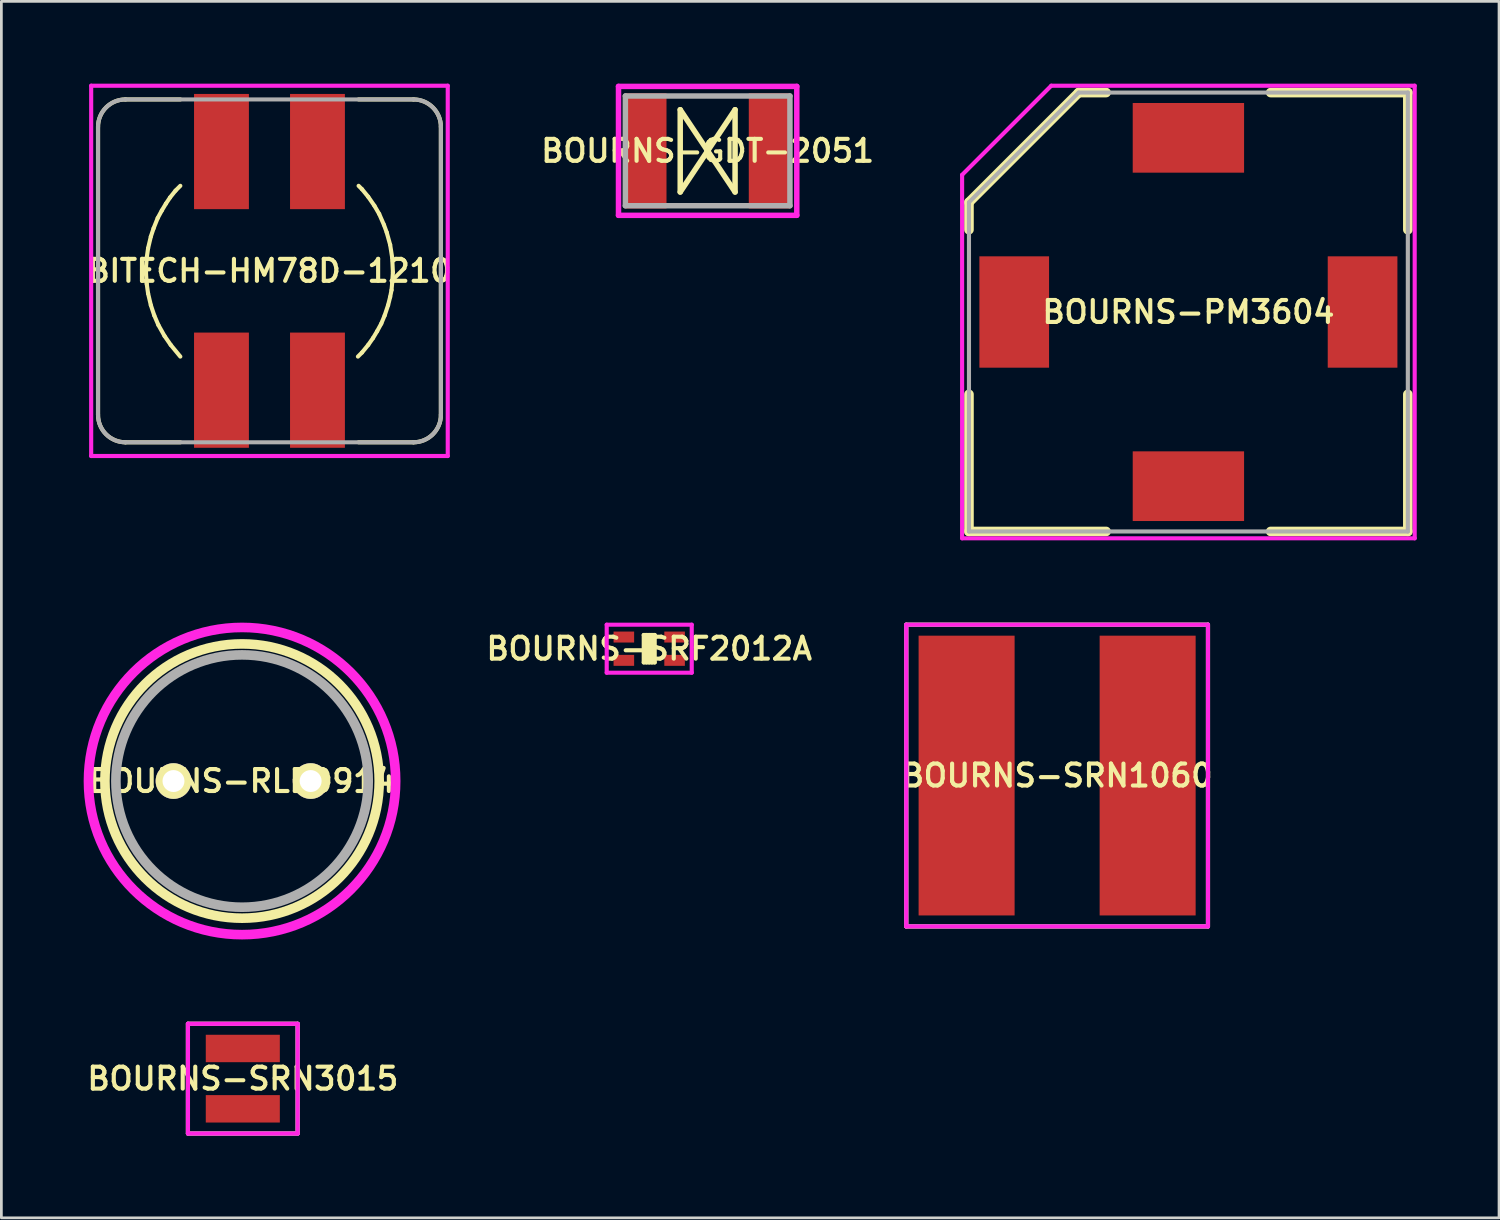
<source format=kicad_pcb>
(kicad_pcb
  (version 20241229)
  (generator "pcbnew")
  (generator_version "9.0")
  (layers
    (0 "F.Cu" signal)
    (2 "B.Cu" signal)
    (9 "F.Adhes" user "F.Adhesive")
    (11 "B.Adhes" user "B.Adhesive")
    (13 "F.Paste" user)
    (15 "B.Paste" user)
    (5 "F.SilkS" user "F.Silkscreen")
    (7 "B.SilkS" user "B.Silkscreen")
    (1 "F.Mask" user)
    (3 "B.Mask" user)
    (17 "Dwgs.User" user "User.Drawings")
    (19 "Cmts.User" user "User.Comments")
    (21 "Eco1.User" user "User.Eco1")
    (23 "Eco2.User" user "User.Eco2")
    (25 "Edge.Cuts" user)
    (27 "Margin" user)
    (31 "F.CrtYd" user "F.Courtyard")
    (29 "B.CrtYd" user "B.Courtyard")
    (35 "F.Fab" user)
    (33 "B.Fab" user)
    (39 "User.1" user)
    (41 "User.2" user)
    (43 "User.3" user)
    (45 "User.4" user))
  (footprint "BOURNS-SRN3015"
    (layer "F.Cu")
    (at 5.802 36.275)
    (property "Reference" "BOURNS-SRN3015" (at 0 0 0) (layer "F.SilkS") (effects (font (size 0.8 0.8) (thickness 0.15))))
    (attr through_hole)
    (fp_line (start -2 -2) (end 2 -2) (stroke (width 0.15) (type solid)) (layer "F.SilkS"))
    (fp_line (start -2 2) (end -2 -2) (stroke (width 0.15) (type solid)) (layer "F.SilkS"))
    (fp_line (start 2 -2) (end 2 2) (stroke (width 0.15) (type solid)) (layer "F.SilkS"))
    (fp_line (start 2 2) (end -2 2) (stroke (width 0.15) (type solid)) (layer "F.SilkS"))
    (fp_line (start -2 -2) (end -2 2) (stroke (width 0.15) (type solid)) (layer "F.CrtYd"))
    (fp_line (start -2 2) (end 2 2) (stroke (width 0.15) (type solid)) (layer "F.CrtYd"))
    (fp_line (start 2 -2) (end -2 -2) (stroke (width 0.15) (type solid)) (layer "F.CrtYd"))
    (fp_line (start 2 2) (end 2 -2) (stroke (width 0.15) (type solid)) (layer "F.CrtYd"))
    (fp_line (start -2 -2) (end -2 2) (stroke (width 0.15) (type solid)) (layer "F.Fab"))
    (fp_line (start -2 2) (end 2 2) (stroke (width 0.15) (type solid)) (layer "F.Fab"))
    (fp_line (start 2 -2) (end -2 -2) (stroke (width 0.15) (type solid)) (layer "F.Fab"))
    (fp_line (start 2 2) (end 2 -2) (stroke (width 0.15) (type solid)) (layer "F.Fab"))
    (pad "1" smd rect (at 0 -1.1) (size 2.7 1) (layers "F.Cu" "F.Mask" "F.Paste"))
    (pad "2" smd rect (at 0 1.1) (size 2.7 1) (layers "F.Cu" "F.Mask" "F.Paste")))
  (footprint "BOURNS-SRN1060"
    (layer "F.Cu")
    (at 35.49 25.225)
    (property "Reference" "BOURNS-SRN1060" (at 0 0 0) (layer "F.SilkS") (effects (font (size 0.8 0.8) (thickness 0.15))))
    (attr through_hole)
    (fp_line (start -5.5 -5.5) (end -5.5 5.5) (stroke (width 0.15) (type solid)) (layer "F.SilkS"))
    (fp_line (start -5.5 5.5) (end 5.5 5.5) (stroke (width 0.15) (type solid)) (layer "F.SilkS"))
    (fp_line (start 5.5 -5.5) (end -5.5 -5.5) (stroke (width 0.15) (type solid)) (layer "F.SilkS"))
    (fp_line (start 5.5 5.5) (end 5.5 -5.5) (stroke (width 0.15) (type solid)) (layer "F.SilkS"))
    (fp_line (start -5.5 -5.5) (end -5.5 5.5) (stroke (width 0.15) (type solid)) (layer "F.CrtYd"))
    (fp_line (start -5.5 5.5) (end 5.5 5.5) (stroke (width 0.15) (type solid)) (layer "F.CrtYd"))
    (fp_line (start 5.5 -5.5) (end -5.5 -5.5) (stroke (width 0.15) (type solid)) (layer "F.CrtYd"))
    (fp_line (start 5.5 5.5) (end 5.5 -5.5) (stroke (width 0.15) (type solid)) (layer "F.CrtYd"))
    (fp_line (start -5.5 -5.5) (end -5.5 5.5) (stroke (width 0.15) (type solid)) (layer "F.Fab"))
    (fp_line (start -5.5 5.5) (end 5.5 5.5) (stroke (width 0.15) (type solid)) (layer "F.Fab"))
    (fp_line (start 5.5 -5.5) (end -5.5 -5.5) (stroke (width 0.15) (type solid)) (layer "F.Fab"))
    (fp_line (start 5.5 5.5) (end 5.5 -5.5) (stroke (width 0.15) (type solid)) (layer "F.Fab"))
    (pad "1" smd rect (at -3.3 0) (size 3.5 10.2) (layers "F.Cu" "F.Mask" "F.Paste"))
    (pad "2" smd rect (at 3.3 0) (size 3.5 10.2) (layers "F.Cu" "F.Mask" "F.Paste")))
  (footprint "BITECH-HM78D-1210"
    (layer "F.Cu")
    (at 6.774 6.825)
    (property "Reference" "BITECH-HM78D-1210" (at 0 0 0) (layer "F.SilkS") (effects (font (size 0.8 0.8) (thickness 0.15))))
    (attr through_hole)
    (fp_line (start -6.25 -5.25) (end -6.25 5.25) (stroke (width 0.15) (type solid)) (layer "F.SilkS"))
    (fp_line (start -5.25 6.25) (end -3.25 6.25) (stroke (width 0.15) (type solid)) (layer "F.SilkS"))
    (fp_line (start -4.5 -0.15) (end -4.5 0.125) (stroke (width 0.15) (type solid)) (layer "F.SilkS"))
    (fp_line (start -4.5 0.125) (end -4.475 0.475) (stroke (width 0.15) (type solid)) (layer "F.SilkS"))
    (fp_line (start -4.475 -0.475) (end -4.5 -0.15) (stroke (width 0.15) (type solid)) (layer "F.SilkS"))
    (fp_line (start -4.475 0.475) (end -4.425 0.825) (stroke (width 0.15) (type solid)) (layer "F.SilkS"))
    (fp_line (start -4.425 -0.825) (end -4.475 -0.475) (stroke (width 0.15) (type solid)) (layer "F.SilkS"))
    (fp_line (start -4.425 0.825) (end -4.325 1.25) (stroke (width 0.15) (type solid)) (layer "F.SilkS"))
    (fp_line (start -4.325 -1.25) (end -4.425 -0.825) (stroke (width 0.15) (type solid)) (layer "F.SilkS"))
    (fp_line (start -4.325 1.25) (end -4.2 1.625) (stroke (width 0.15) (type solid)) (layer "F.SilkS"))
    (fp_line (start -4.225 -1.55) (end -4.325 -1.25) (stroke (width 0.15) (type solid)) (layer "F.SilkS"))
    (fp_line (start -4.2 1.625) (end -4.05 1.975) (stroke (width 0.15) (type solid)) (layer "F.SilkS"))
    (fp_line (start -4.075 -1.925) (end -4.225 -1.55) (stroke (width 0.15) (type solid)) (layer "F.SilkS"))
    (fp_line (start -4.05 1.975) (end -3.825 2.375) (stroke (width 0.15) (type solid)) (layer "F.SilkS"))
    (fp_line (start -3.925 -2.2) (end -4.075 -1.925) (stroke (width 0.15) (type solid)) (layer "F.SilkS"))
    (fp_line (start -3.825 2.375) (end -3.6 2.7) (stroke (width 0.15) (type solid)) (layer "F.SilkS"))
    (fp_line (start -3.775 -2.45) (end -3.925 -2.2) (stroke (width 0.15) (type solid)) (layer "F.SilkS"))
    (fp_line (start -3.625 -2.675) (end -3.775 -2.45) (stroke (width 0.15) (type solid)) (layer "F.SilkS"))
    (fp_line (start -3.6 2.7) (end -3.25 3.125) (stroke (width 0.15) (type solid)) (layer "F.SilkS"))
    (fp_line (start -3.425 -2.925) (end -3.625 -2.675) (stroke (width 0.15) (type solid)) (layer "F.SilkS"))
    (fp_line (start -3.25 -6.25) (end -5.25 -6.25) (stroke (width 0.15) (type solid)) (layer "F.SilkS"))
    (fp_line (start -3.25 -3.1) (end -3.425 -2.925) (stroke (width 0.15) (type solid)) (layer "F.SilkS"))
    (fp_line (start 3.225 3.125) (end 3.375 2.975) (stroke (width 0.15) (type solid)) (layer "F.SilkS"))
    (fp_line (start 3.25 6.25) (end 5.25 6.25) (stroke (width 0.15) (type solid)) (layer "F.SilkS"))
    (fp_line (start 3.375 -2.975) (end 3.25 -3.1) (stroke (width 0.15) (type solid)) (layer "F.SilkS"))
    (fp_line (start 3.375 2.975) (end 3.6 2.7) (stroke (width 0.15) (type solid)) (layer "F.SilkS"))
    (fp_line (start 3.6 -2.7) (end 3.375 -2.975) (stroke (width 0.15) (type solid)) (layer "F.SilkS"))
    (fp_line (start 3.6 2.7) (end 3.775 2.45) (stroke (width 0.15) (type solid)) (layer "F.SilkS"))
    (fp_line (start 3.775 2.45) (end 3.925 2.2) (stroke (width 0.15) (type solid)) (layer "F.SilkS"))
    (fp_line (start 3.825 -2.375) (end 3.6 -2.7) (stroke (width 0.15) (type solid)) (layer "F.SilkS"))
    (fp_line (start 3.925 2.2) (end 4.075 1.925) (stroke (width 0.15) (type solid)) (layer "F.SilkS"))
    (fp_line (start 4 -2.075) (end 3.825 -2.375) (stroke (width 0.15) (type solid)) (layer "F.SilkS"))
    (fp_line (start 4.075 1.925) (end 4.2 1.625) (stroke (width 0.15) (type solid)) (layer "F.SilkS"))
    (fp_line (start 4.175 -1.675) (end 4 -2.075) (stroke (width 0.15) (type solid)) (layer "F.SilkS"))
    (fp_line (start 4.2 1.625) (end 4.325 1.25) (stroke (width 0.15) (type solid)) (layer "F.SilkS"))
    (fp_line (start 4.275 -1.4) (end 4.175 -1.675) (stroke (width 0.15) (type solid)) (layer "F.SilkS"))
    (fp_line (start 4.325 1.25) (end 4.4 0.95) (stroke (width 0.15) (type solid)) (layer "F.SilkS"))
    (fp_line (start 4.4 -0.95) (end 4.275 -1.4) (stroke (width 0.15) (type solid)) (layer "F.SilkS"))
    (fp_line (start 4.4 0.95) (end 4.45 0.7) (stroke (width 0.15) (type solid)) (layer "F.SilkS"))
    (fp_line (start 4.45 0.7) (end 4.475 0.425) (stroke (width 0.15) (type solid)) (layer "F.SilkS"))
    (fp_line (start 4.475 -0.475) (end 4.4 -0.95) (stroke (width 0.15) (type solid)) (layer "F.SilkS"))
    (fp_line (start 4.475 0.425) (end 4.5 0.05) (stroke (width 0.15) (type solid)) (layer "F.SilkS"))
    (fp_line (start 4.5 0.05) (end 4.475 -0.475) (stroke (width 0.15) (type solid)) (layer "F.SilkS"))
    (fp_line (start 5.25 -6.25) (end 3.25 -6.25) (stroke (width 0.15) (type solid)) (layer "F.SilkS"))
    (fp_line (start 6.25 5.25) (end 6.25 -5.25) (stroke (width 0.15) (type solid)) (layer "F.SilkS"))
    (fp_arc (start -6.25 -5.25) (mid -5.957107 -5.957107) (end -5.25 -6.25) (stroke (width 0.15) (type solid)) (layer "F.SilkS"))
    (fp_arc (start -5.25 6.25) (mid -5.957107 5.957107) (end -6.25 5.25) (stroke (width 0.15) (type solid)) (layer "F.SilkS"))
    (fp_arc (start 5.25 -6.25) (mid 5.957107 -5.957107) (end 6.25 -5.25) (stroke (width 0.15) (type solid)) (layer "F.SilkS"))
    (fp_arc (start 6.25 5.25) (mid 5.957107 5.957107) (end 5.25 6.25) (stroke (width 0.15) (type solid)) (layer "F.SilkS"))
    (fp_line (start -6.5 -6.75) (end -6.5 6.75) (stroke (width 0.15) (type solid)) (layer "F.CrtYd"))
    (fp_line (start -6.5 6.75) (end 6.5 6.75) (stroke (width 0.15) (type solid)) (layer "F.CrtYd"))
    (fp_line (start 6.5 -6.75) (end -6.5 -6.75) (stroke (width 0.15) (type solid)) (layer "F.CrtYd"))
    (fp_line (start 6.5 6.75) (end 6.5 -6.75) (stroke (width 0.15) (type solid)) (layer "F.CrtYd"))
    (fp_line (start -6.25 -5.25) (end -6.25 5.25) (stroke (width 0.15) (type solid)) (layer "F.Fab"))
    (fp_line (start -5.25 6.25) (end 5.25 6.25) (stroke (width 0.15) (type solid)) (layer "F.Fab"))
    (fp_line (start 5.25 -6.25) (end -5.25 -6.25) (stroke (width 0.15) (type solid)) (layer "F.Fab"))
    (fp_line (start 6.25 5.25) (end 6.25 -5.25) (stroke (width 0.15) (type solid)) (layer "F.Fab"))
    (fp_arc (start -6.25 -5.25) (mid -5.957107 -5.957107) (end -5.25 -6.25) (stroke (width 0.15) (type solid)) (layer "F.Fab"))
    (fp_arc (start -5.25 6.25) (mid -5.957107 5.957107) (end -6.25 5.25) (stroke (width 0.15) (type solid)) (layer "F.Fab"))
    (fp_arc (start 5.25 -6.25) (mid 5.957107 -5.957107) (end 6.25 -5.25) (stroke (width 0.15) (type solid)) (layer "F.Fab"))
    (fp_arc (start 6.25 5.25) (mid 5.957107 5.957107) (end 5.25 6.25) (stroke (width 0.15) (type solid)) (layer "F.Fab"))
    (pad "1" smd rect (at 1.75 4.35) (size 2 4.2) (layers "F.Cu" "F.Mask" "F.Paste"))
    (pad "2" smd rect (at -1.75 4.35) (size 2 4.2) (layers "F.Cu" "F.Mask" "F.Paste"))
    (pad "3" smd rect (at -1.75 -4.35) (size 2 4.2) (layers "F.Cu" "F.Mask" "F.Paste"))
    (pad "4" smd rect (at 1.75 -4.35) (size 2 4.2) (layers "F.Cu" "F.Mask" "F.Paste")))
  (footprint "BOURNS-PM3604"
    (layer "F.Cu")
    (at 40.276 8.325)
    (property "Reference" "BOURNS-PM3604" (at 0 0 0) (layer "F.SilkS") (effects (font (size 0.8 0.8) (thickness 0.15))))
    (attr through_hole)
    (fp_line (start -8 -4) (end -8 -3) (stroke (width 0.35) (type solid)) (layer "F.SilkS"))
    (fp_line (start -8 3) (end -8 8) (stroke (width 0.35) (type solid)) (layer "F.SilkS"))
    (fp_line (start -8 8) (end -3 8) (stroke (width 0.35) (type solid)) (layer "F.SilkS"))
    (fp_line (start -4 -8) (end -8 -4) (stroke (width 0.35) (type solid)) (layer "F.SilkS"))
    (fp_line (start -3 -8) (end -4 -8) (stroke (width 0.35) (type solid)) (layer "F.SilkS"))
    (fp_line (start 3 8) (end 8 8) (stroke (width 0.35) (type solid)) (layer "F.SilkS"))
    (fp_line (start 8 -8) (end 3 -8) (stroke (width 0.35) (type solid)) (layer "F.SilkS"))
    (fp_line (start 8 -3) (end 8 -8) (stroke (width 0.35) (type solid)) (layer "F.SilkS"))
    (fp_line (start 8 8) (end 8 3) (stroke (width 0.35) (type solid)) (layer "F.SilkS"))
    (fp_line (start -8.25 -5) (end -8.25 8.25) (stroke (width 0.15) (type solid)) (layer "F.CrtYd"))
    (fp_line (start -8.25 8.25) (end 8.25 8.25) (stroke (width 0.15) (type solid)) (layer "F.CrtYd"))
    (fp_line (start -5 -8.25) (end -8.25 -5) (stroke (width 0.15) (type solid)) (layer "F.CrtYd"))
    (fp_line (start 8.25 -8.25) (end -5 -8.25) (stroke (width 0.15) (type solid)) (layer "F.CrtYd"))
    (fp_line (start 8.25 8.25) (end 8.25 -8.25) (stroke (width 0.15) (type solid)) (layer "F.CrtYd"))
    (fp_line (start -8 -4) (end -8 8) (stroke (width 0.15) (type solid)) (layer "F.Fab"))
    (fp_line (start -8 8) (end 8 8) (stroke (width 0.15) (type solid)) (layer "F.Fab"))
    (fp_line (start -4 -8) (end -8 -4) (stroke (width 0.15) (type solid)) (layer "F.Fab"))
    (fp_line (start 8 -8) (end -4 -8) (stroke (width 0.15) (type solid)) (layer "F.Fab"))
    (fp_line (start 8 8) (end 8 -8) (stroke (width 0.15) (type solid)) (layer "F.Fab"))
    (pad "1" smd rect (at -6.35 0) (size 2.54 4.06) (layers "F.Cu" "F.Mask" "F.Paste"))
    (pad "2" smd rect (at 0 6.35) (size 4.06 2.54) (layers "F.Cu" "F.Mask" "F.Paste"))
    (pad "3" smd rect (at 0 -6.35) (size 4.06 2.54) (layers "F.Cu" "F.Mask" "F.Paste"))
    (pad "4" smd rect (at 6.35 0) (size 2.54 4.06) (layers "F.Cu" "F.Mask" "F.Paste")))
  (footprint "BOURNS-SRF2012A"
    (layer "F.Cu")
    (at 20.619 20.6)
    (property "Reference" "BOURNS-SRF2012A" (at 0 0 0) (layer "F.SilkS") (effects (font (size 0.8 0.8) (thickness 0.15))))
    (attr through_hole)
    (fp_line (start -0.2 -0.5) (end -0.2 0.5) (stroke (width 0.15) (type solid)) (layer "F.SilkS"))
    (fp_line (start -0.2 -0.5) (end 0.2 -0.5) (stroke (width 0.15) (type solid)) (layer "F.SilkS"))
    (fp_line (start -0.2 0.5) (end 0.2 0.5) (stroke (width 0.15) (type solid)) (layer "F.SilkS"))
    (fp_line (start -0.1 -0.5) (end -0.1 0.5) (stroke (width 0.15) (type solid)) (layer "F.SilkS"))
    (fp_line (start 0 0.5) (end 0 -0.5) (stroke (width 0.15) (type solid)) (layer "F.SilkS"))
    (fp_line (start 0.1 -0.5) (end 0.1 0.5) (stroke (width 0.15) (type solid)) (layer "F.SilkS"))
    (fp_line (start 0.2 0.5) (end 0.2 -0.5) (stroke (width 0.15) (type solid)) (layer "F.SilkS"))
    (fp_line (start -1.55 -0.875) (end 1.55 -0.875) (stroke (width 0.15) (type solid)) (layer "F.CrtYd"))
    (fp_line (start -1.55 0.875) (end -1.55 -0.875) (stroke (width 0.15) (type solid)) (layer "F.CrtYd"))
    (fp_line (start 1.55 -0.875) (end 1.55 0.875) (stroke (width 0.15) (type solid)) (layer "F.CrtYd"))
    (fp_line (start 1.55 0.875) (end -1.55 0.875) (stroke (width 0.15) (type solid)) (layer "F.CrtYd"))
    (pad "1" smd rect (at -0.925 -0.425) (size 0.75 0.4) (layers "F.Cu" "F.Mask" "F.Paste"))
    (pad "2" smd rect (at 0.925 -0.425) (size 0.75 0.4) (layers "F.Cu" "F.Mask" "F.Paste"))
    (pad "3" smd rect (at 0.925 0.425) (size 0.75 0.4) (layers "F.Cu" "F.Mask" "F.Paste"))
    (pad "4" smd rect (at -0.925 0.425) (size 0.75 0.4) (layers "F.Cu" "F.Mask" "F.Paste")))
  (footprint "BOURNS-RLB0914"
    (layer "F.Cu")
    (at 5.775 25.425)
    (property "Reference" "BOURNS-RLB0914" (at 0 0 0) (layer "F.SilkS") (effects (font (size 0.8 0.8) (thickness 0.15))))
    (attr through_hole)
    (fp_circle (center 0 0) (end 5 0) (stroke (width 0.35) (type solid)) (fill no) (layer "F.SilkS"))
    (fp_circle (center 0 0) (end 5.6 0) (stroke (width 0.35) (type solid)) (fill no) (layer "F.CrtYd"))
    (fp_circle (center 0 0) (end 4.6 0) (stroke (width 0.35) (type solid)) (fill no) (layer "F.Fab"))
    (pad "1" thru_hole circle (at -2.5 0) (size 1.3 1.3) (drill 0.8) (layers "*.Cu" "*.Mask" "F.SilkS"))
    (pad "2" thru_hole circle (at 2.5 0) (size 1.3 1.3) (drill 0.8) (layers "*.Cu" "*.Mask" "F.SilkS")))
  (footprint "BOURNS-GDT-2051"
    (layer "F.Cu")
    (at 22.749 2.45)
    (property "Reference" "BOURNS-GDT-2051" (at 0 0 0) (layer "F.SilkS") (effects (font (size 0.8 0.8) (thickness 0.15))))
    (attr through_hole)
    (fp_line (start -1 -1.5) (end -1 1.5) (stroke (width 0.2) (type solid)) (layer "F.SilkS"))
    (fp_line (start -1 1.5) (end 0 0) (stroke (width 0.2) (type solid)) (layer "F.SilkS"))
    (fp_line (start 0 0) (end -1 -1.5) (stroke (width 0.2) (type solid)) (layer "F.SilkS"))
    (fp_line (start 0 0) (end 1 -1.5) (stroke (width 0.2) (type solid)) (layer "F.SilkS"))
    (fp_line (start 1 -1.5) (end 1 1.5) (stroke (width 0.2) (type solid)) (layer "F.SilkS"))
    (fp_line (start 1 1.5) (end 0 0) (stroke (width 0.2) (type solid)) (layer "F.SilkS"))
    (fp_line (start -3.25 -2.35) (end 3.25 -2.35) (stroke (width 0.2) (type solid)) (layer "F.CrtYd"))
    (fp_line (start -3.25 2.35) (end -3.25 -2.35) (stroke (width 0.2) (type solid)) (layer "F.CrtYd"))
    (fp_line (start 3.25 -2.35) (end 3.25 2.35) (stroke (width 0.2) (type solid)) (layer "F.CrtYd"))
    (fp_line (start 3.25 2.35) (end -3.25 2.35) (stroke (width 0.2) (type solid)) (layer "F.CrtYd"))
    (fp_line (start -3 -2) (end 3 -2) (stroke (width 0.2) (type solid)) (layer "F.Fab"))
    (fp_line (start -3 2) (end -3 -2) (stroke (width 0.2) (type solid)) (layer "F.Fab"))
    (fp_line (start 3 -2) (end 3 2) (stroke (width 0.2) (type solid)) (layer "F.Fab"))
    (fp_line (start 3 2) (end -3 2) (stroke (width 0.2) (type solid)) (layer "F.Fab"))
    (pad "1" smd rect (at -2.25 0) (size 1.5 4.2) (layers "F.Cu" "F.Mask" "F.Paste"))
    (pad "2" smd rect (at 2.25 0) (size 1.5 4.2) (layers "F.Cu" "F.Mask" "F.Paste")))
  (gr_rect
    (start -3 -3)
    (end 51.601 41.35)
    (stroke (width 0.1) (type default))
    (fill no)
    (layer "Edge.Cuts")))
</source>
